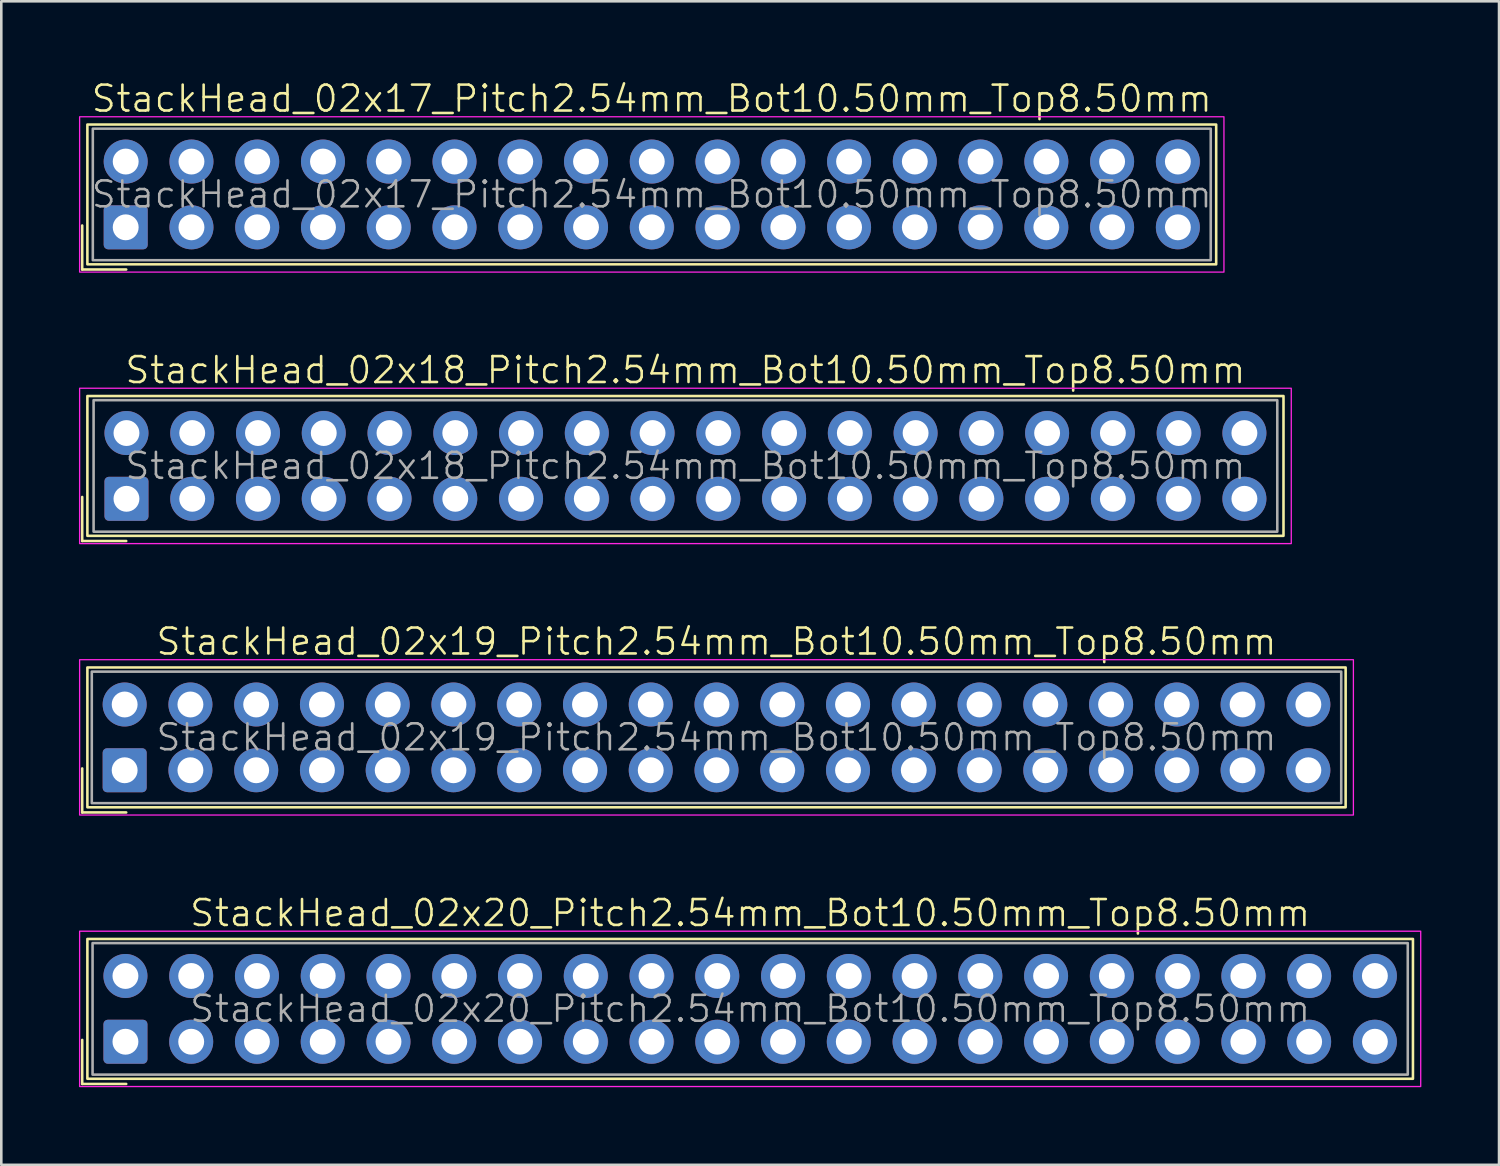
<source format=kicad_pcb>
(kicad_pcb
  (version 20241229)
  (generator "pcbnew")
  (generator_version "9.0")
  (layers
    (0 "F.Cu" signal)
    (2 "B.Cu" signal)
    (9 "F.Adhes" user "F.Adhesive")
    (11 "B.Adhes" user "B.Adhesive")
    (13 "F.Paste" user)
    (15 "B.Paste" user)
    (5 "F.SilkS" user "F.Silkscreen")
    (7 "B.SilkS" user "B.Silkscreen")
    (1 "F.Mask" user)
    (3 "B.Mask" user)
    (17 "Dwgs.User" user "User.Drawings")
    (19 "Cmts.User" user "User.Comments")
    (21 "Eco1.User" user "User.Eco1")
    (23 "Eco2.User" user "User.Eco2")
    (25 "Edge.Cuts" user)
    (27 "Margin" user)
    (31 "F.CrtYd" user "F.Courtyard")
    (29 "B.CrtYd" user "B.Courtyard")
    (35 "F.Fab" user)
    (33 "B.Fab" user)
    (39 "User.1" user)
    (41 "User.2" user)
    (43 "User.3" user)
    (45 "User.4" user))
  (footprint "StackHead_02x17_Pitch2.54mm_Bot10.50mm_Top8.50mm"
    (layer "F.Cu")
    (at 22.125 4.46)
    (property "Reference" "StackHead_02x17_Pitch2.54mm_Bot10.50mm_Top8.50mm" (at 0 -3.7 0) (unlocked yes) (layer "F.SilkS") (effects (font (size 1 1) (thickness 0.1))))
    (attr through_hole)
    (fp_line (start -22 1.2) (end -22 2.9) (stroke (width 0.1) (type default)) (layer "F.SilkS"))
    (fp_line (start -22 2.9) (end -20.3 2.9) (stroke (width 0.1) (type default)) (layer "F.SilkS"))
    (fp_rect (start -21.8 -2.7) (end 21.8 2.7) (stroke (width 0.1) (type default)) (fill no) (layer "F.SilkS"))
    (fp_rect (start -22.1 -3) (end 22.1 3) (stroke (width 0.05) (type default)) (fill no) (layer "F.CrtYd"))
    (fp_rect (start -21.59 -2.54) (end 21.59 2.54) (stroke (width 0.1) (type default)) (fill no) (layer "F.Fab"))
    (fp_text user "${REFERENCE}" (at 0 0 0) (unlocked yes) (layer "F.Fab") (effects (font (size 1 1) (thickness 0.1))))
    (pad "1" thru_hole roundrect (at -20.32 1.27) (size 1.7 1.7) (drill 1) (layers "*.Cu" "*.Mask") (roundrect_rratio 0.1))
    (pad "2" thru_hole circle (at -20.32 -1.27) (size 1.7 1.7) (drill 1) (layers "*.Cu" "*.Mask"))
    (pad "3" thru_hole circle (at -17.78 1.27) (size 1.7 1.7) (drill 1) (layers "*.Cu" "*.Mask"))
    (pad "4" thru_hole circle (at -17.78 -1.27) (size 1.7 1.7) (drill 1) (layers "*.Cu" "*.Mask"))
    (pad "5" thru_hole circle (at -15.24 1.27) (size 1.7 1.7) (drill 1) (layers "*.Cu" "*.Mask"))
    (pad "6" thru_hole circle (at -15.24 -1.27) (size 1.7 1.7) (drill 1) (layers "*.Cu" "*.Mask"))
    (pad "7" thru_hole circle (at -12.7 1.27) (size 1.7 1.7) (drill 1) (layers "*.Cu" "*.Mask"))
    (pad "8" thru_hole circle (at -12.7 -1.27) (size 1.7 1.7) (drill 1) (layers "*.Cu" "*.Mask"))
    (pad "9" thru_hole circle (at -10.16 1.27) (size 1.7 1.7) (drill 1) (layers "*.Cu" "*.Mask"))
    (pad "10" thru_hole circle (at -10.16 -1.27) (size 1.7 1.7) (drill 1) (layers "*.Cu" "*.Mask"))
    (pad "11" thru_hole circle (at -7.62 1.27) (size 1.7 1.7) (drill 1) (layers "*.Cu" "*.Mask"))
    (pad "12" thru_hole circle (at -7.62 -1.27) (size 1.7 1.7) (drill 1) (layers "*.Cu" "*.Mask"))
    (pad "13" thru_hole circle (at -5.08 1.27) (size 1.7 1.7) (drill 1) (layers "*.Cu" "*.Mask"))
    (pad "14" thru_hole circle (at -5.08 -1.27) (size 1.7 1.7) (drill 1) (layers "*.Cu" "*.Mask"))
    (pad "15" thru_hole circle (at -2.54 1.27) (size 1.7 1.7) (drill 1) (layers "*.Cu" "*.Mask"))
    (pad "16" thru_hole circle (at -2.54 -1.27) (size 1.7 1.7) (drill 1) (layers "*.Cu" "*.Mask"))
    (pad "17" thru_hole circle (at 0 1.27) (size 1.7 1.7) (drill 1) (layers "*.Cu" "*.Mask"))
    (pad "18" thru_hole circle (at 0 -1.27) (size 1.7 1.7) (drill 1) (layers "*.Cu" "*.Mask"))
    (pad "19" thru_hole circle (at 2.54 1.27) (size 1.7 1.7) (drill 1) (layers "*.Cu" "*.Mask"))
    (pad "20" thru_hole circle (at 2.54 -1.27) (size 1.7 1.7) (drill 1) (layers "*.Cu" "*.Mask"))
    (pad "21" thru_hole circle (at 5.08 1.27) (size 1.7 1.7) (drill 1) (layers "*.Cu" "*.Mask"))
    (pad "22" thru_hole circle (at 5.08 -1.27) (size 1.7 1.7) (drill 1) (layers "*.Cu" "*.Mask"))
    (pad "23" thru_hole circle (at 7.62 1.27) (size 1.7 1.7) (drill 1) (layers "*.Cu" "*.Mask"))
    (pad "24" thru_hole circle (at 7.62 -1.27) (size 1.7 1.7) (drill 1) (layers "*.Cu" "*.Mask"))
    (pad "25" thru_hole circle (at 10.16 1.27) (size 1.7 1.7) (drill 1) (layers "*.Cu" "*.Mask"))
    (pad "26" thru_hole circle (at 10.16 -1.27) (size 1.7 1.7) (drill 1) (layers "*.Cu" "*.Mask"))
    (pad "27" thru_hole circle (at 12.7 1.27) (size 1.7 1.7) (drill 1) (layers "*.Cu" "*.Mask"))
    (pad "28" thru_hole circle (at 12.7 -1.27) (size 1.7 1.7) (drill 1) (layers "*.Cu" "*.Mask"))
    (pad "29" thru_hole circle (at 15.24 1.27) (size 1.7 1.7) (drill 1) (layers "*.Cu" "*.Mask"))
    (pad "30" thru_hole circle (at 15.24 -1.27) (size 1.7 1.7) (drill 1) (layers "*.Cu" "*.Mask"))
    (pad "31" thru_hole circle (at 17.78 1.27) (size 1.7 1.7) (drill 1) (layers "*.Cu" "*.Mask"))
    (pad "32" thru_hole circle (at 17.78 -1.27) (size 1.7 1.7) (drill 1) (layers "*.Cu" "*.Mask"))
    (pad "33" thru_hole circle (at 20.32 1.27) (size 1.7 1.7) (drill 1) (layers "*.Cu" "*.Mask"))
    (pad "34" thru_hole circle (at 20.32 -1.27) (size 1.7 1.7) (drill 1) (layers "*.Cu" "*.Mask")))
  (footprint "StackHead_02x20_Pitch2.54mm_Bot10.50mm_Top8.50mm"
    (layer "F.Cu")
    (at 25.925 35.917)
    (property "Reference" "StackHead_02x20_Pitch2.54mm_Bot10.50mm_Top8.50mm" (at 0 -3.7 0) (unlocked yes) (layer "F.SilkS") (effects (font (size 1 1) (thickness 0.1))))
    (attr through_hole)
    (fp_line (start -25.8 1.2) (end -25.8 2.9) (stroke (width 0.1) (type default)) (layer "F.SilkS"))
    (fp_line (start -25.8 2.9) (end -24.1 2.9) (stroke (width 0.1) (type default)) (layer "F.SilkS"))
    (fp_rect (start -25.6 -2.7) (end 25.6 2.7) (stroke (width 0.1) (type default)) (fill no) (layer "F.SilkS"))
    (fp_rect (start -25.9 -3) (end 25.9 3) (stroke (width 0.05) (type default)) (fill no) (layer "F.CrtYd"))
    (fp_rect (start -25.4 -2.54) (end 25.4 2.54) (stroke (width 0.1) (type default)) (fill no) (layer "F.Fab"))
    (fp_text user "${REFERENCE}" (at 0 0 0) (unlocked yes) (layer "F.Fab") (effects (font (size 1 1) (thickness 0.1))))
    (pad "1" thru_hole roundrect (at -24.13 1.27) (size 1.7 1.7) (drill 1) (layers "*.Cu" "*.Mask") (roundrect_rratio 0.1))
    (pad "2" thru_hole circle (at -24.13 -1.27) (size 1.7 1.7) (drill 1) (layers "*.Cu" "*.Mask"))
    (pad "3" thru_hole circle (at -21.59 1.27) (size 1.7 1.7) (drill 1) (layers "*.Cu" "*.Mask"))
    (pad "4" thru_hole circle (at -21.59 -1.27) (size 1.7 1.7) (drill 1) (layers "*.Cu" "*.Mask"))
    (pad "5" thru_hole circle (at -19.05 1.27) (size 1.7 1.7) (drill 1) (layers "*.Cu" "*.Mask"))
    (pad "6" thru_hole circle (at -19.05 -1.27) (size 1.7 1.7) (drill 1) (layers "*.Cu" "*.Mask"))
    (pad "7" thru_hole circle (at -16.51 1.27) (size 1.7 1.7) (drill 1) (layers "*.Cu" "*.Mask"))
    (pad "8" thru_hole circle (at -16.51 -1.27) (size 1.7 1.7) (drill 1) (layers "*.Cu" "*.Mask"))
    (pad "9" thru_hole circle (at -13.97 1.27) (size 1.7 1.7) (drill 1) (layers "*.Cu" "*.Mask"))
    (pad "10" thru_hole circle (at -13.97 -1.27) (size 1.7 1.7) (drill 1) (layers "*.Cu" "*.Mask"))
    (pad "11" thru_hole circle (at -11.43 1.27) (size 1.7 1.7) (drill 1) (layers "*.Cu" "*.Mask"))
    (pad "12" thru_hole circle (at -11.43 -1.27) (size 1.7 1.7) (drill 1) (layers "*.Cu" "*.Mask"))
    (pad "13" thru_hole circle (at -8.89 1.27) (size 1.7 1.7) (drill 1) (layers "*.Cu" "*.Mask"))
    (pad "14" thru_hole circle (at -8.89 -1.27) (size 1.7 1.7) (drill 1) (layers "*.Cu" "*.Mask"))
    (pad "15" thru_hole circle (at -6.35 1.27) (size 1.7 1.7) (drill 1) (layers "*.Cu" "*.Mask"))
    (pad "16" thru_hole circle (at -6.35 -1.27) (size 1.7 1.7) (drill 1) (layers "*.Cu" "*.Mask"))
    (pad "17" thru_hole circle (at -3.81 1.27) (size 1.7 1.7) (drill 1) (layers "*.Cu" "*.Mask"))
    (pad "18" thru_hole circle (at -3.81 -1.27) (size 1.7 1.7) (drill 1) (layers "*.Cu" "*.Mask"))
    (pad "19" thru_hole circle (at -1.27 1.27) (size 1.7 1.7) (drill 1) (layers "*.Cu" "*.Mask"))
    (pad "20" thru_hole circle (at -1.27 -1.27) (size 1.7 1.7) (drill 1) (layers "*.Cu" "*.Mask"))
    (pad "21" thru_hole circle (at 1.27 1.27) (size 1.7 1.7) (drill 1) (layers "*.Cu" "*.Mask"))
    (pad "22" thru_hole circle (at 1.27 -1.27) (size 1.7 1.7) (drill 1) (layers "*.Cu" "*.Mask"))
    (pad "23" thru_hole circle (at 3.81 1.27) (size 1.7 1.7) (drill 1) (layers "*.Cu" "*.Mask"))
    (pad "24" thru_hole circle (at 3.81 -1.27) (size 1.7 1.7) (drill 1) (layers "*.Cu" "*.Mask"))
    (pad "25" thru_hole circle (at 6.35 1.27) (size 1.7 1.7) (drill 1) (layers "*.Cu" "*.Mask"))
    (pad "26" thru_hole circle (at 6.35 -1.27) (size 1.7 1.7) (drill 1) (layers "*.Cu" "*.Mask"))
    (pad "27" thru_hole circle (at 8.89 1.27) (size 1.7 1.7) (drill 1) (layers "*.Cu" "*.Mask"))
    (pad "28" thru_hole circle (at 8.89 -1.27) (size 1.7 1.7) (drill 1) (layers "*.Cu" "*.Mask"))
    (pad "29" thru_hole circle (at 11.43 1.27) (size 1.7 1.7) (drill 1) (layers "*.Cu" "*.Mask"))
    (pad "30" thru_hole circle (at 11.43 -1.27) (size 1.7 1.7) (drill 1) (layers "*.Cu" "*.Mask"))
    (pad "31" thru_hole circle (at 13.97 1.27) (size 1.7 1.7) (drill 1) (layers "*.Cu" "*.Mask"))
    (pad "32" thru_hole circle (at 13.97 -1.27) (size 1.7 1.7) (drill 1) (layers "*.Cu" "*.Mask"))
    (pad "33" thru_hole circle (at 16.51 1.27) (size 1.7 1.7) (drill 1) (layers "*.Cu" "*.Mask"))
    (pad "34" thru_hole circle (at 16.51 -1.27) (size 1.7 1.7) (drill 1) (layers "*.Cu" "*.Mask"))
    (pad "35" thru_hole circle (at 19.05 1.27) (size 1.7 1.7) (drill 1) (layers "*.Cu" "*.Mask"))
    (pad "36" thru_hole circle (at 19.05 -1.27) (size 1.7 1.7) (drill 1) (layers "*.Cu" "*.Mask"))
    (pad "37" thru_hole circle (at 21.59 1.27) (size 1.7 1.7) (drill 1) (layers "*.Cu" "*.Mask"))
    (pad "38" thru_hole circle (at 21.59 -1.27) (size 1.7 1.7) (drill 1) (layers "*.Cu" "*.Mask"))
    (pad "39" thru_hole circle (at 24.13 1.27) (size 1.7 1.7) (drill 1) (layers "*.Cu" "*.Mask"))
    (pad "40" thru_hole circle (at 24.13 -1.27) (size 1.7 1.7) (drill 1) (layers "*.Cu" "*.Mask")))
  (footprint "StackHead_02x18_Pitch2.54mm_Bot10.50mm_Top8.50mm"
    (layer "F.Cu")
    (at 23.425 14.946)
    (property "Reference" "StackHead_02x18_Pitch2.54mm_Bot10.50mm_Top8.50mm" (at 0 -3.7 0) (unlocked yes) (layer "F.SilkS") (effects (font (size 1 1) (thickness 0.1))))
    (attr through_hole)
    (fp_line (start -23.3 1.2) (end -23.3 2.9) (stroke (width 0.1) (type default)) (layer "F.SilkS"))
    (fp_line (start -23.3 2.9) (end -21.6 2.9) (stroke (width 0.1) (type default)) (layer "F.SilkS"))
    (fp_rect (start -23.1 -2.7) (end 23.1 2.7) (stroke (width 0.1) (type default)) (fill no) (layer "F.SilkS"))
    (fp_rect (start -23.4 -3) (end 23.4 3) (stroke (width 0.05) (type default)) (fill no) (layer "F.CrtYd"))
    (fp_rect (start -22.86 -2.54) (end 22.86 2.54) (stroke (width 0.1) (type default)) (fill no) (layer "F.Fab"))
    (fp_text user "${REFERENCE}" (at 0 0 0) (unlocked yes) (layer "F.Fab") (effects (font (size 1 1) (thickness 0.1))))
    (pad "1" thru_hole roundrect (at -21.59 1.27) (size 1.7 1.7) (drill 1) (layers "*.Cu" "*.Mask") (roundrect_rratio 0.1))
    (pad "2" thru_hole circle (at -21.59 -1.27) (size 1.7 1.7) (drill 1) (layers "*.Cu" "*.Mask"))
    (pad "3" thru_hole circle (at -19.05 1.27) (size 1.7 1.7) (drill 1) (layers "*.Cu" "*.Mask"))
    (pad "4" thru_hole circle (at -19.05 -1.27) (size 1.7 1.7) (drill 1) (layers "*.Cu" "*.Mask"))
    (pad "5" thru_hole circle (at -16.51 1.27) (size 1.7 1.7) (drill 1) (layers "*.Cu" "*.Mask"))
    (pad "6" thru_hole circle (at -16.51 -1.27) (size 1.7 1.7) (drill 1) (layers "*.Cu" "*.Mask"))
    (pad "7" thru_hole circle (at -13.97 1.27) (size 1.7 1.7) (drill 1) (layers "*.Cu" "*.Mask"))
    (pad "8" thru_hole circle (at -13.97 -1.27) (size 1.7 1.7) (drill 1) (layers "*.Cu" "*.Mask"))
    (pad "9" thru_hole circle (at -11.43 1.27) (size 1.7 1.7) (drill 1) (layers "*.Cu" "*.Mask"))
    (pad "10" thru_hole circle (at -11.43 -1.27) (size 1.7 1.7) (drill 1) (layers "*.Cu" "*.Mask"))
    (pad "11" thru_hole circle (at -8.89 1.27) (size 1.7 1.7) (drill 1) (layers "*.Cu" "*.Mask"))
    (pad "12" thru_hole circle (at -8.89 -1.27) (size 1.7 1.7) (drill 1) (layers "*.Cu" "*.Mask"))
    (pad "13" thru_hole circle (at -6.35 1.27) (size 1.7 1.7) (drill 1) (layers "*.Cu" "*.Mask"))
    (pad "14" thru_hole circle (at -6.35 -1.27) (size 1.7 1.7) (drill 1) (layers "*.Cu" "*.Mask"))
    (pad "15" thru_hole circle (at -3.81 1.27) (size 1.7 1.7) (drill 1) (layers "*.Cu" "*.Mask"))
    (pad "16" thru_hole circle (at -3.81 -1.27) (size 1.7 1.7) (drill 1) (layers "*.Cu" "*.Mask"))
    (pad "17" thru_hole circle (at -1.27 1.27) (size 1.7 1.7) (drill 1) (layers "*.Cu" "*.Mask"))
    (pad "18" thru_hole circle (at -1.27 -1.27) (size 1.7 1.7) (drill 1) (layers "*.Cu" "*.Mask"))
    (pad "19" thru_hole circle (at 1.27 1.27) (size 1.7 1.7) (drill 1) (layers "*.Cu" "*.Mask"))
    (pad "20" thru_hole circle (at 1.27 -1.27) (size 1.7 1.7) (drill 1) (layers "*.Cu" "*.Mask"))
    (pad "21" thru_hole circle (at 3.81 1.27) (size 1.7 1.7) (drill 1) (layers "*.Cu" "*.Mask"))
    (pad "22" thru_hole circle (at 3.81 -1.27) (size 1.7 1.7) (drill 1) (layers "*.Cu" "*.Mask"))
    (pad "23" thru_hole circle (at 6.35 1.27) (size 1.7 1.7) (drill 1) (layers "*.Cu" "*.Mask"))
    (pad "24" thru_hole circle (at 6.35 -1.27) (size 1.7 1.7) (drill 1) (layers "*.Cu" "*.Mask"))
    (pad "25" thru_hole circle (at 8.89 1.27) (size 1.7 1.7) (drill 1) (layers "*.Cu" "*.Mask"))
    (pad "26" thru_hole circle (at 8.89 -1.27) (size 1.7 1.7) (drill 1) (layers "*.Cu" "*.Mask"))
    (pad "27" thru_hole circle (at 11.43 1.27) (size 1.7 1.7) (drill 1) (layers "*.Cu" "*.Mask"))
    (pad "28" thru_hole circle (at 11.43 -1.27) (size 1.7 1.7) (drill 1) (layers "*.Cu" "*.Mask"))
    (pad "29" thru_hole circle (at 13.97 1.27) (size 1.7 1.7) (drill 1) (layers "*.Cu" "*.Mask"))
    (pad "30" thru_hole circle (at 13.97 -1.27) (size 1.7 1.7) (drill 1) (layers "*.Cu" "*.Mask"))
    (pad "31" thru_hole circle (at 16.51 1.27) (size 1.7 1.7) (drill 1) (layers "*.Cu" "*.Mask"))
    (pad "32" thru_hole circle (at 16.51 -1.27) (size 1.7 1.7) (drill 1) (layers "*.Cu" "*.Mask"))
    (pad "33" thru_hole circle (at 19.05 1.27) (size 1.7 1.7) (drill 1) (layers "*.Cu" "*.Mask"))
    (pad "34" thru_hole circle (at 19.05 -1.27) (size 1.7 1.7) (drill 1) (layers "*.Cu" "*.Mask"))
    (pad "35" thru_hole circle (at 21.59 1.27) (size 1.7 1.7) (drill 1) (layers "*.Cu" "*.Mask"))
    (pad "36" thru_hole circle (at 21.59 -1.27) (size 1.7 1.7) (drill 1) (layers "*.Cu" "*.Mask")))
  (footprint "StackHead_02x19_Pitch2.54mm_Bot10.50mm_Top8.50mm"
    (layer "F.Cu")
    (at 24.625 25.431)
    (property "Reference" "StackHead_02x19_Pitch2.54mm_Bot10.50mm_Top8.50mm" (at 0 -3.7 0) (unlocked yes) (layer "F.SilkS") (effects (font (size 1 1) (thickness 0.1))))
    (attr through_hole)
    (fp_line (start -24.5 1.2) (end -24.5 2.9) (stroke (width 0.1) (type default)) (layer "F.SilkS"))
    (fp_line (start -24.5 2.9) (end -22.8 2.9) (stroke (width 0.1) (type default)) (layer "F.SilkS"))
    (fp_rect (start -24.3 -2.7) (end 24.3 2.7) (stroke (width 0.1) (type default)) (fill no) (layer "F.SilkS"))
    (fp_rect (start -24.6 -3) (end 24.6 3) (stroke (width 0.05) (type default)) (fill no) (layer "F.CrtYd"))
    (fp_rect (start -24.13 -2.54) (end 24.13 2.54) (stroke (width 0.1) (type default)) (fill no) (layer "F.Fab"))
    (fp_text user "${REFERENCE}" (at 0 0 0) (unlocked yes) (layer "F.Fab") (effects (font (size 1 1) (thickness 0.1))))
    (pad "1" thru_hole roundrect (at -22.86 1.27) (size 1.7 1.7) (drill 1) (layers "*.Cu" "*.Mask") (roundrect_rratio 0.1))
    (pad "2" thru_hole circle (at -22.86 -1.27) (size 1.7 1.7) (drill 1) (layers "*.Cu" "*.Mask"))
    (pad "3" thru_hole circle (at -20.32 1.27) (size 1.7 1.7) (drill 1) (layers "*.Cu" "*.Mask"))
    (pad "4" thru_hole circle (at -20.32 -1.27) (size 1.7 1.7) (drill 1) (layers "*.Cu" "*.Mask"))
    (pad "5" thru_hole circle (at -17.78 1.27) (size 1.7 1.7) (drill 1) (layers "*.Cu" "*.Mask"))
    (pad "6" thru_hole circle (at -17.78 -1.27) (size 1.7 1.7) (drill 1) (layers "*.Cu" "*.Mask"))
    (pad "7" thru_hole circle (at -15.24 1.27) (size 1.7 1.7) (drill 1) (layers "*.Cu" "*.Mask"))
    (pad "8" thru_hole circle (at -15.24 -1.27) (size 1.7 1.7) (drill 1) (layers "*.Cu" "*.Mask"))
    (pad "9" thru_hole circle (at -12.7 1.27) (size 1.7 1.7) (drill 1) (layers "*.Cu" "*.Mask"))
    (pad "10" thru_hole circle (at -12.7 -1.27) (size 1.7 1.7) (drill 1) (layers "*.Cu" "*.Mask"))
    (pad "11" thru_hole circle (at -10.16 1.27) (size 1.7 1.7) (drill 1) (layers "*.Cu" "*.Mask"))
    (pad "12" thru_hole circle (at -10.16 -1.27) (size 1.7 1.7) (drill 1) (layers "*.Cu" "*.Mask"))
    (pad "13" thru_hole circle (at -7.62 1.27) (size 1.7 1.7) (drill 1) (layers "*.Cu" "*.Mask"))
    (pad "14" thru_hole circle (at -7.62 -1.27) (size 1.7 1.7) (drill 1) (layers "*.Cu" "*.Mask"))
    (pad "15" thru_hole circle (at -5.08 1.27) (size 1.7 1.7) (drill 1) (layers "*.Cu" "*.Mask"))
    (pad "16" thru_hole circle (at -5.08 -1.27) (size 1.7 1.7) (drill 1) (layers "*.Cu" "*.Mask"))
    (pad "17" thru_hole circle (at -2.54 1.27) (size 1.7 1.7) (drill 1) (layers "*.Cu" "*.Mask"))
    (pad "18" thru_hole circle (at -2.54 -1.27) (size 1.7 1.7) (drill 1) (layers "*.Cu" "*.Mask"))
    (pad "19" thru_hole circle (at 0 1.27) (size 1.7 1.7) (drill 1) (layers "*.Cu" "*.Mask"))
    (pad "20" thru_hole circle (at 0 -1.27) (size 1.7 1.7) (drill 1) (layers "*.Cu" "*.Mask"))
    (pad "21" thru_hole circle (at 2.54 1.27) (size 1.7 1.7) (drill 1) (layers "*.Cu" "*.Mask"))
    (pad "22" thru_hole circle (at 2.54 -1.27) (size 1.7 1.7) (drill 1) (layers "*.Cu" "*.Mask"))
    (pad "23" thru_hole circle (at 5.08 1.27) (size 1.7 1.7) (drill 1) (layers "*.Cu" "*.Mask"))
    (pad "24" thru_hole circle (at 5.08 -1.27) (size 1.7 1.7) (drill 1) (layers "*.Cu" "*.Mask"))
    (pad "25" thru_hole circle (at 7.62 1.27) (size 1.7 1.7) (drill 1) (layers "*.Cu" "*.Mask"))
    (pad "26" thru_hole circle (at 7.62 -1.27) (size 1.7 1.7) (drill 1) (layers "*.Cu" "*.Mask"))
    (pad "27" thru_hole circle (at 10.16 1.27) (size 1.7 1.7) (drill 1) (layers "*.Cu" "*.Mask"))
    (pad "28" thru_hole circle (at 10.16 -1.27) (size 1.7 1.7) (drill 1) (layers "*.Cu" "*.Mask"))
    (pad "29" thru_hole circle (at 12.7 1.27) (size 1.7 1.7) (drill 1) (layers "*.Cu" "*.Mask"))
    (pad "30" thru_hole circle (at 12.7 -1.27) (size 1.7 1.7) (drill 1) (layers "*.Cu" "*.Mask"))
    (pad "31" thru_hole circle (at 15.24 1.27) (size 1.7 1.7) (drill 1) (layers "*.Cu" "*.Mask"))
    (pad "32" thru_hole circle (at 15.24 -1.27) (size 1.7 1.7) (drill 1) (layers "*.Cu" "*.Mask"))
    (pad "33" thru_hole circle (at 17.78 1.27) (size 1.7 1.7) (drill 1) (layers "*.Cu" "*.Mask"))
    (pad "34" thru_hole circle (at 17.78 -1.27) (size 1.7 1.7) (drill 1) (layers "*.Cu" "*.Mask"))
    (pad "35" thru_hole circle (at 20.32 1.27) (size 1.7 1.7) (drill 1) (layers "*.Cu" "*.Mask"))
    (pad "36" thru_hole circle (at 20.32 -1.27) (size 1.7 1.7) (drill 1) (layers "*.Cu" "*.Mask"))
    (pad "37" thru_hole circle (at 22.86 1.27) (size 1.7 1.7) (drill 1) (layers "*.Cu" "*.Mask"))
    (pad "38" thru_hole circle (at 22.86 -1.27) (size 1.7 1.7) (drill 1) (layers "*.Cu" "*.Mask")))
  (gr_rect
    (start -3 -3)
    (end 54.85 41.942)
    (stroke (width 0.1) (type default))
    (fill no)
    (layer "Edge.Cuts")))
</source>
